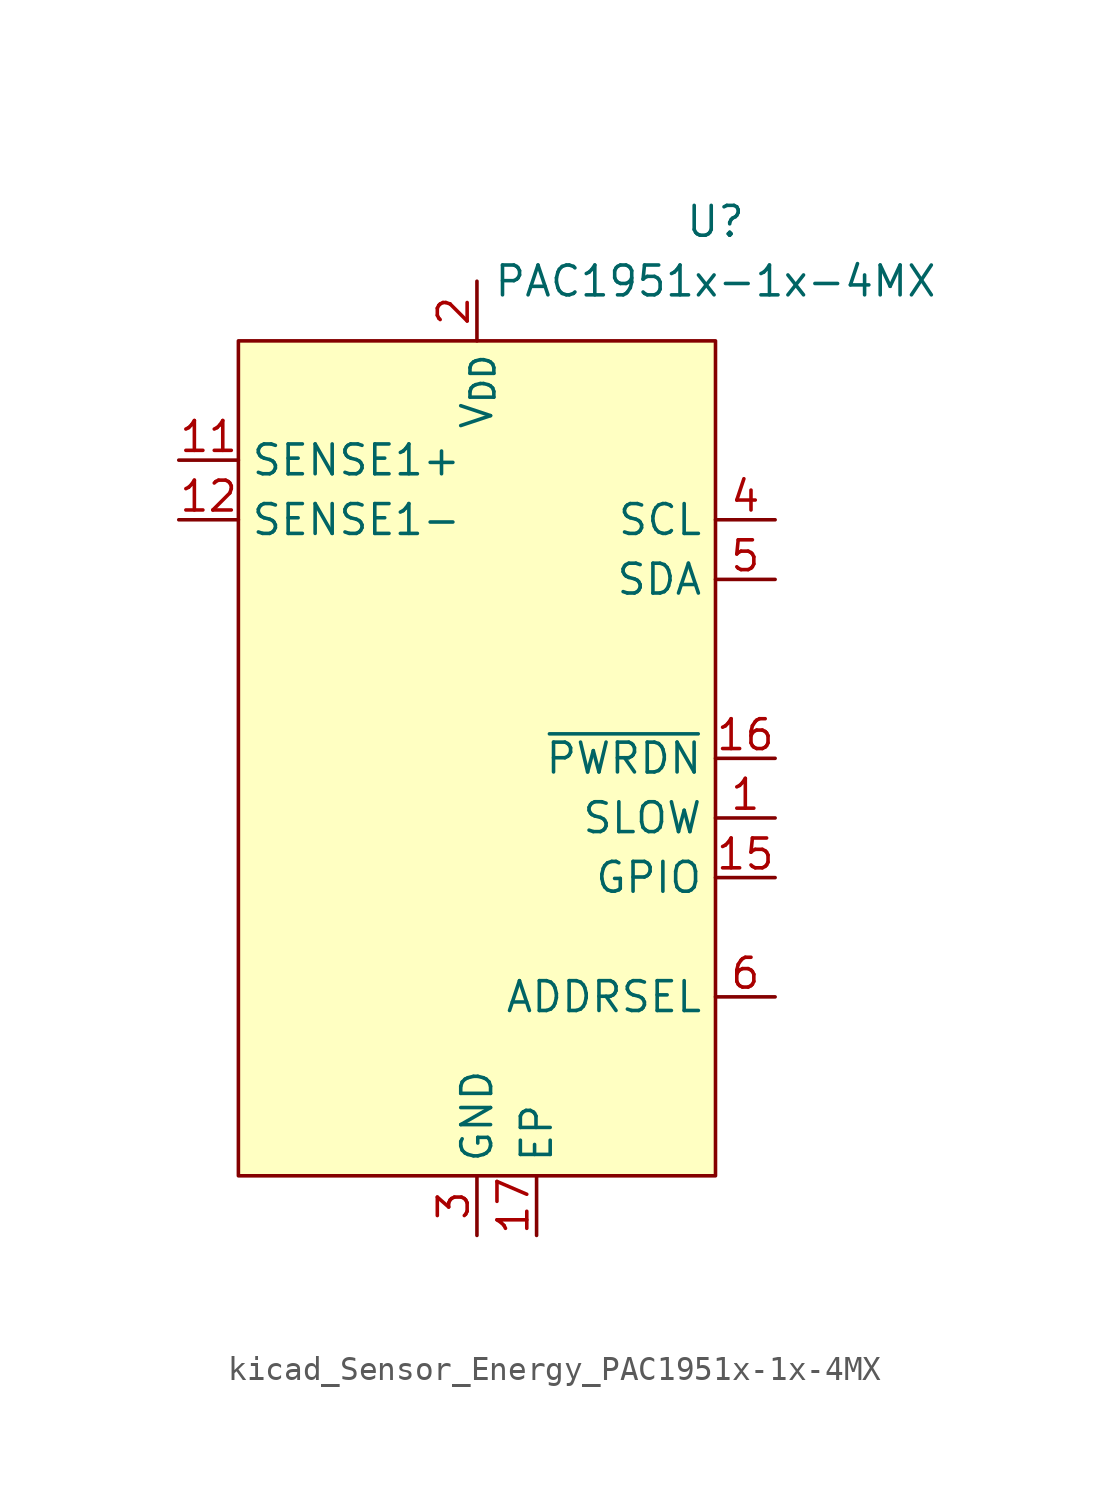
<source format=kicad_sym>
(kicad_symbol_lib
  (version 20220914)
  (generator kicad_symbol_editor)
  (symbol "kicad_Sensor_Energy_PAC1951x-1x-4MX"
    (property "Reference" "U"
      (at 10.16 22.86 0)
      (effects (font (size 1.27 1.27))))
    (property "Value" "PAC1951x-1x-4MX"
      (at 10.16 20.32 0)
      (effects (font (size 1.27 1.27))))
    (symbol "kicad_Sensor_Energy_PAC1951x-1x-4MX_0_0"
      (pin input line (at 12.7 -2.54 180) (length 2.54) (name "SLOW" (effects (font (size 1.27 1.27)))) (number "1" (effects (font (size 1.27 1.27)))) (alternate "GPIO" bidirectional line) (alternate "~{ALERT1}" open_collector line))
      (pin passive line (at 0 -20.32 90) (length 2.54) hide (name "GND" (effects (font (size 1.27 1.27)))) (number "10" (effects (font (size 1.27 1.27)))))
      (pin input line (at -12.7 12.7 0) (length 2.54) (name "SENSE1+" (effects (font (size 1.27 1.27)))) (number "11" (effects (font (size 1.27 1.27)))))
      (pin input line (at -12.7 10.16 0) (length 2.54) (name "SENSE1-" (effects (font (size 1.27 1.27)))) (number "12" (effects (font (size 1.27 1.27)))))
      (pin passive line (at 0 -20.32 90) (length 2.54) hide (name "GND" (effects (font (size 1.27 1.27)))) (number "13" (effects (font (size 1.27 1.27)))))
      (pin passive line (at 0 -20.32 90) (length 2.54) hide (name "GND" (effects (font (size 1.27 1.27)))) (number "14" (effects (font (size 1.27 1.27)))))
      (pin bidirectional line (at 12.7 -5.08 180) (length 2.54) (name "GPIO" (effects (font (size 1.27 1.27)))) (number "15" (effects (font (size 1.27 1.27)))) (alternate "~{ALERT2}" open_collector line))
      (pin input line (at 12.7 0 180) (length 2.54) (name "~{PWRDN}" (effects (font (size 1.27 1.27)))) (number "16" (effects (font (size 1.27 1.27)))))
      (pin passive line (at 2.54 -20.32 90) (length 2.54) (name "EP" (effects (font (size 1.27 1.27)))) (number "17" (effects (font (size 1.27 1.27)))))
      (pin power_in line (at 0 20.32 270) (length 2.54) (name "V_{DD}" (effects (font (size 1.27 1.27)))) (number "2" (effects (font (size 1.27 1.27)))))
      (pin power_in line (at 0 -20.32 90) (length 2.54) (name "GND" (effects (font (size 1.27 1.27)))) (number "3" (effects (font (size 1.27 1.27)))))
      (pin input line (at 12.7 10.16 180) (length 2.54) (name "SCL" (effects (font (size 1.27 1.27)))) (number "4" (effects (font (size 1.27 1.27)))) (alternate "SM_CLK" input line))
      (pin bidirectional line (at 12.7 7.62 180) (length 2.54) (name "SDA" (effects (font (size 1.27 1.27)))) (number "5" (effects (font (size 1.27 1.27)))) (alternate "SM_DATA" bidirectional line))
      (pin passive line (at 12.7 -10.16 180) (length 2.54) (name "ADDRSEL" (effects (font (size 1.27 1.27)))) (number "6" (effects (font (size 1.27 1.27)))))
      (pin passive line (at 0 -20.32 90) (length 2.54) hide (name "GND" (effects (font (size 1.27 1.27)))) (number "7" (effects (font (size 1.27 1.27)))))
      (pin passive line (at 0 -20.32 90) (length 2.54) hide (name "GND" (effects (font (size 1.27 1.27)))) (number "8" (effects (font (size 1.27 1.27)))))
      (pin passive line (at 0 -20.32 90) (length 2.54) hide (name "GND" (effects (font (size 1.27 1.27)))) (number "9" (effects (font (size 1.27 1.27))))))
    (symbol "kicad_Sensor_Energy_PAC1951x-1x-4MX_0_1"
      (rectangle (start -10.16 17.78) (end 10.16 -17.78) (stroke (width 0) (type default)) (fill (type background))))))
</source>
